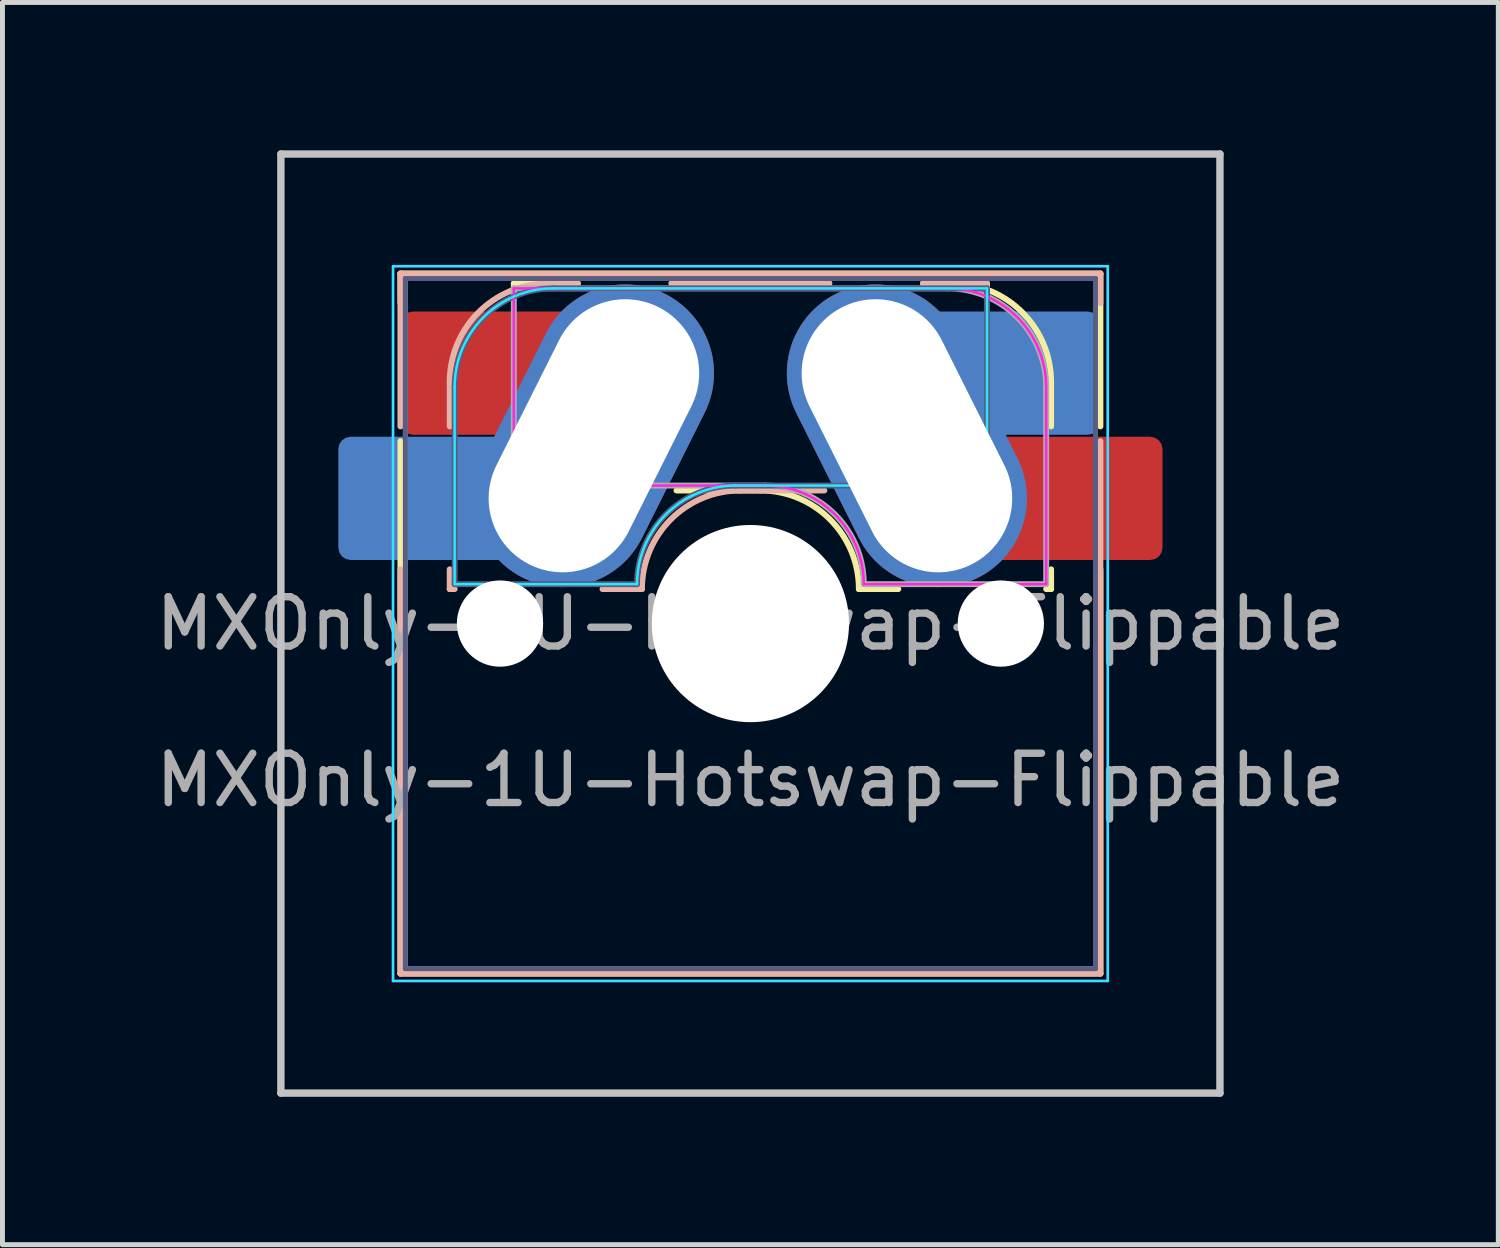
<source format=kicad_pcb>
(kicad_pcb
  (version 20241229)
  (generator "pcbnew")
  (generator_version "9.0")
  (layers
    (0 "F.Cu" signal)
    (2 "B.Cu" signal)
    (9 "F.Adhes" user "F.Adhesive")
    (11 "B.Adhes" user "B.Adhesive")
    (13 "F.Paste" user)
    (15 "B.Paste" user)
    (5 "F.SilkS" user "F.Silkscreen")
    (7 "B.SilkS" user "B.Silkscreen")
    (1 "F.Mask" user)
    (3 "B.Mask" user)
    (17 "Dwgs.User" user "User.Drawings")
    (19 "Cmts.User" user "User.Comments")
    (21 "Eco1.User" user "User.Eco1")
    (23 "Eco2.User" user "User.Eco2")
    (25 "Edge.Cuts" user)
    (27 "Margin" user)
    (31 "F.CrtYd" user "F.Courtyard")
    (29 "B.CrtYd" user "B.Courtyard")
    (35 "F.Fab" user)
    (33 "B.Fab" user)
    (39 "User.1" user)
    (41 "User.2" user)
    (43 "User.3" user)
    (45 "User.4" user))
  (footprint "MXOnly-1U-Hotswap-Flippable"
    (layer "F.Cu")
    (at 12.173 9.6)
    (property "Reference" "MXOnly-1U-Hotswap-Flippable" (at 0 3.175 0) (layer "F.Fab") (effects (font (size 1 1) (thickness 0.15))))
    (attr smd)
    (fp_line (start -7.1 -7.1) (end -7.1 -6.5) (stroke (width 0.12) (type solid)) (layer "F.SilkS"))
    (fp_line (start -7.1 -3.7) (end -7.1 7.1) (stroke (width 0.12) (type solid)) (layer "F.SilkS"))
    (fp_line (start -7.1 7.1) (end 7.1 7.1) (stroke (width 0.12) (type solid)) (layer "F.SilkS"))
    (fp_line (start -4.8 -6.9) (end -4.8 -6.6) (stroke (width 0.12) (type solid)) (layer "F.SilkS"))
    (fp_line (start -4.8 -6.9) (end -3.5 -6.9) (stroke (width 0.12) (type solid)) (layer "F.SilkS"))
    (fp_line (start 0.2 -2.7) (end -1.5 -2.7) (stroke (width 0.12) (type solid)) (layer "F.SilkS"))
    (fp_line (start 1.6 -6.9) (end -1.6 -6.9) (stroke (width 0.12) (type solid)) (layer "F.SilkS"))
    (fp_line (start 3 -0.7) (end 2.2 -0.7) (stroke (width 0.12) (type solid)) (layer "F.SilkS"))
    (fp_line (start 4.1 -6.9) (end 3.5 -6.9) (stroke (width 0.12) (type solid)) (layer "F.SilkS"))
    (fp_line (start 6 -0.7) (end 6.1 -0.7) (stroke (width 0.12) (type solid)) (layer "F.SilkS"))
    (fp_line (start 6.1 -4.9) (end 6.1 -4) (stroke (width 0.12) (type solid)) (layer "F.SilkS"))
    (fp_line (start 6.1 -1.1) (end 6.1 -0.7) (stroke (width 0.12) (type solid)) (layer "F.SilkS"))
    (fp_line (start 7.1 -7.1) (end -7.1 -7.1) (stroke (width 0.12) (type solid)) (layer "F.SilkS"))
    (fp_line (start 7.1 -4) (end 7.1 -7.1) (stroke (width 0.12) (type solid)) (layer "F.SilkS"))
    (fp_line (start 7.1 7.1) (end 7.1 -1.1) (stroke (width 0.12) (type solid)) (layer "F.SilkS"))
    (fp_arc (start 0.2 -2.7) (mid 1.614214 -2.114214) (end 2.2 -0.7) (stroke (width 0.12) (type solid)) (layer "F.SilkS"))
    (fp_arc (start 4.1 -6.9) (mid 5.514214 -6.314214) (end 6.1 -4.9) (stroke (width 0.12) (type solid)) (layer "F.SilkS"))
    (fp_line (start -7.1 -7.1) (end 7.1 -7.1) (stroke (width 0.12) (type solid)) (layer "B.SilkS"))
    (fp_line (start -7.1 -4) (end -7.1 -7.1) (stroke (width 0.12) (type solid)) (layer "B.SilkS"))
    (fp_line (start -7.1 7.1) (end -7.1 -1.1) (stroke (width 0.12) (type solid)) (layer "B.SilkS"))
    (fp_line (start -6.1 -4.9) (end -6.1 -4) (stroke (width 0.12) (type solid)) (layer "B.SilkS"))
    (fp_line (start -6.1 -1.1) (end -6.1 -0.7) (stroke (width 0.12) (type solid)) (layer "B.SilkS"))
    (fp_line (start -6 -0.7) (end -6.1 -0.7) (stroke (width 0.12) (type solid)) (layer "B.SilkS"))
    (fp_line (start -4.1 -6.9) (end -3.5 -6.9) (stroke (width 0.12) (type solid)) (layer "B.SilkS"))
    (fp_line (start -3 -0.7) (end -2.2 -0.7) (stroke (width 0.12) (type solid)) (layer "B.SilkS"))
    (fp_line (start -1.6 -6.9) (end 1.6 -6.9) (stroke (width 0.12) (type solid)) (layer "B.SilkS"))
    (fp_line (start -0.2 -2.7) (end 1.5 -2.7) (stroke (width 0.12) (type solid)) (layer "B.SilkS"))
    (fp_line (start 4.8 -6.9) (end 3.5 -6.9) (stroke (width 0.12) (type solid)) (layer "B.SilkS"))
    (fp_line (start 4.8 -6.9) (end 4.8 -6.6) (stroke (width 0.12) (type solid)) (layer "B.SilkS"))
    (fp_line (start 7.1 -7.1) (end 7.1 -6.5) (stroke (width 0.12) (type solid)) (layer "B.SilkS"))
    (fp_line (start 7.1 -3.7) (end 7.1 7.1) (stroke (width 0.12) (type solid)) (layer "B.SilkS"))
    (fp_line (start 7.1 7.1) (end -7.1 7.1) (stroke (width 0.12) (type solid)) (layer "B.SilkS"))
    (fp_arc (start -6.1 -4.9) (mid -5.514214 -6.314214) (end -4.1 -6.9) (stroke (width 0.12) (type solid)) (layer "B.SilkS"))
    (fp_arc (start -2.2 -0.7) (mid -1.614214 -2.114214) (end -0.2 -2.7) (stroke (width 0.12) (type solid)) (layer "B.SilkS"))
    (fp_line (start -9.525 -9.525) (end -9.525 9.525) (stroke (width 0.15) (type solid)) (layer "Dwgs.User"))
    (fp_line (start -9.525 9.525) (end 9.525 9.525) (stroke (width 0.15) (type solid)) (layer "Dwgs.User"))
    (fp_line (start 9.525 -9.525) (end -9.525 -9.525) (stroke (width 0.15) (type solid)) (layer "Dwgs.User"))
    (fp_line (start 9.525 9.525) (end 9.525 -9.525) (stroke (width 0.15) (type solid)) (layer "Dwgs.User"))
    (fp_line (start -7.8 -6) (end -7.8 -2.9) (stroke (width 0.1) (type solid)) (layer "Eco1.User"))
    (fp_line (start -7.8 -6) (end -7 -6) (stroke (width 0.1) (type solid)) (layer "Eco1.User"))
    (fp_line (start -7.8 -2.9) (end -7 -2.9) (stroke (width 0.1) (type solid)) (layer "Eco1.User"))
    (fp_line (start -7.8 2.9) (end -7 2.9) (stroke (width 0.1) (type solid)) (layer "Eco1.User"))
    (fp_line (start -7.8 6) (end -7.8 2.9) (stroke (width 0.1) (type solid)) (layer "Eco1.User"))
    (fp_line (start -7 -7) (end 7 -7) (stroke (width 0.1) (type solid)) (layer "Eco1.User"))
    (fp_line (start -7 -6) (end -7 -7) (stroke (width 0.1) (type solid)) (layer "Eco1.User"))
    (fp_line (start -7 -2.9) (end -7.8 -2.9) (stroke (width 0.1) (type solid)) (layer "Eco1.User"))
    (fp_line (start -7 2.9) (end -7 -2.9) (stroke (width 0.1) (type solid)) (layer "Eco1.User"))
    (fp_line (start -7 6) (end -7.8 6) (stroke (width 0.1) (type solid)) (layer "Eco1.User"))
    (fp_line (start -7 7) (end -7 6) (stroke (width 0.1) (type solid)) (layer "Eco1.User"))
    (fp_line (start 7 -7) (end 7 -6) (stroke (width 0.1) (type solid)) (layer "Eco1.User"))
    (fp_line (start 7 -6) (end 7.8 -6) (stroke (width 0.1) (type solid)) (layer "Eco1.User"))
    (fp_line (start 7 -2.9) (end 7 2.9) (stroke (width 0.1) (type solid)) (layer "Eco1.User"))
    (fp_line (start 7 2.9) (end 7.8 2.9) (stroke (width 0.1) (type solid)) (layer "Eco1.User"))
    (fp_line (start 7 6) (end 7 7) (stroke (width 0.1) (type solid)) (layer "Eco1.User"))
    (fp_line (start 7 7) (end -7 7) (stroke (width 0.1) (type solid)) (layer "Eco1.User"))
    (fp_line (start 7.8 -6) (end 7.8 -2.9) (stroke (width 0.1) (type solid)) (layer "Eco1.User"))
    (fp_line (start 7.8 -2.9) (end 7 -2.9) (stroke (width 0.1) (type solid)) (layer "Eco1.User"))
    (fp_line (start 7.8 2.9) (end 7.8 6) (stroke (width 0.1) (type solid)) (layer "Eco1.User"))
    (fp_line (start 7.8 6) (end 7 6) (stroke (width 0.1) (type solid)) (layer "Eco1.User"))
    (fp_line (start -7.25 -7.25) (end 7.25 -7.25) (stroke (width 0.05) (type solid)) (layer "B.CrtYd"))
    (fp_line (start -7.25 7.25) (end -7.25 -7.25) (stroke (width 0.05) (type solid)) (layer "B.CrtYd"))
    (fp_line (start -6 -0.8) (end -6 -4.8) (stroke (width 0.05) (type solid)) (layer "B.CrtYd"))
    (fp_line (start -6 -0.8) (end -2.3 -0.8) (stroke (width 0.05) (type solid)) (layer "B.CrtYd"))
    (fp_line (start -4 -6.8) (end 4.8 -6.8) (stroke (width 0.05) (type solid)) (layer "B.CrtYd"))
    (fp_line (start -0.3 -2.8) (end 4.8 -2.8) (stroke (width 0.05) (type solid)) (layer "B.CrtYd"))
    (fp_line (start 4.8 -6.8) (end 4.8 -2.8) (stroke (width 0.05) (type solid)) (layer "B.CrtYd"))
    (fp_line (start 7.25 -7.25) (end 7.25 7.25) (stroke (width 0.05) (type solid)) (layer "B.CrtYd"))
    (fp_line (start 7.25 7.25) (end -7.25 7.25) (stroke (width 0.05) (type solid)) (layer "B.CrtYd"))
    (fp_arc (start -6 -4.8) (mid -5.414214 -6.214214) (end -4 -6.8) (stroke (width 0.05) (type solid)) (layer "B.CrtYd"))
    (fp_arc (start -2.3 -0.8) (mid -1.714214 -2.214214) (end -0.3 -2.8) (stroke (width 0.05) (type solid)) (layer "B.CrtYd"))
    (fp_line (start -7.25 -7.25) (end -7.25 7.25) (stroke (width 0.05) (type solid)) (layer "F.CrtYd"))
    (fp_line (start -7.25 7.25) (end 7.25 7.25) (stroke (width 0.05) (type solid)) (layer "F.CrtYd"))
    (fp_line (start -4.8 -6.8) (end -4.8 -2.8) (stroke (width 0.05) (type solid)) (layer "F.CrtYd"))
    (fp_line (start 0.3 -2.8) (end -4.8 -2.8) (stroke (width 0.05) (type solid)) (layer "F.CrtYd"))
    (fp_line (start 4 -6.8) (end -4.8 -6.8) (stroke (width 0.05) (type solid)) (layer "F.CrtYd"))
    (fp_line (start 6 -0.8) (end 2.3 -0.8) (stroke (width 0.05) (type solid)) (layer "F.CrtYd"))
    (fp_line (start 6 -0.8) (end 6 -4.8) (stroke (width 0.05) (type solid)) (layer "F.CrtYd"))
    (fp_line (start 7.25 -7.25) (end -7.25 -7.25) (stroke (width 0.05) (type solid)) (layer "F.CrtYd"))
    (fp_line (start 7.25 7.25) (end 7.25 -7.25) (stroke (width 0.05) (type solid)) (layer "F.CrtYd"))
    (fp_arc (start 0.3 -2.8) (mid 1.714214 -2.214214) (end 2.3 -0.8) (stroke (width 0.05) (type solid)) (layer "F.CrtYd"))
    (fp_arc (start 4 -6.8) (mid 5.414214 -6.214214) (end 6 -4.8) (stroke (width 0.05) (type solid)) (layer "F.CrtYd"))
    (fp_line (start -7 -7) (end 7 -7) (stroke (width 0.1) (type solid)) (layer "B.Fab"))
    (fp_line (start -7 7) (end -7 -7) (stroke (width 0.1) (type solid)) (layer "B.Fab"))
    (fp_line (start -6 -0.8) (end -6 -4.8) (stroke (width 0.12) (type solid)) (layer "B.Fab"))
    (fp_line (start -6 -0.8) (end -2.3 -0.8) (stroke (width 0.12) (type solid)) (layer "B.Fab"))
    (fp_line (start -4 -6.8) (end 4.8 -6.8) (stroke (width 0.12) (type solid)) (layer "B.Fab"))
    (fp_line (start -0.3 -2.8) (end 4.8 -2.8) (stroke (width 0.12) (type solid)) (layer "B.Fab"))
    (fp_line (start 4.8 -6.8) (end 4.8 -2.8) (stroke (width 0.12) (type solid)) (layer "B.Fab"))
    (fp_line (start 7 -7) (end 7 7) (stroke (width 0.1) (type solid)) (layer "B.Fab"))
    (fp_line (start 7 7) (end -7 7) (stroke (width 0.1) (type solid)) (layer "B.Fab"))
    (fp_arc (start -6 -4.8) (mid -5.414214 -6.214214) (end -4 -6.8) (stroke (width 0.12) (type solid)) (layer "B.Fab"))
    (fp_arc (start -2.3 -0.8) (mid -1.714214 -2.214214) (end -0.3 -2.8) (stroke (width 0.12) (type solid)) (layer "B.Fab"))
    (fp_line (start -7 -7) (end -7 7) (stroke (width 0.1) (type solid)) (layer "F.Fab"))
    (fp_line (start -7 7) (end 7 7) (stroke (width 0.1) (type solid)) (layer "F.Fab"))
    (fp_line (start -4.8 -6.8) (end -4.8 -2.8) (stroke (width 0.12) (type solid)) (layer "F.Fab"))
    (fp_line (start 0.3 -2.8) (end -4.8 -2.8) (stroke (width 0.12) (type solid)) (layer "F.Fab"))
    (fp_line (start 4 -6.8) (end -4.8 -6.8) (stroke (width 0.12) (type solid)) (layer "F.Fab"))
    (fp_line (start 6 -0.8) (end 2.3 -0.8) (stroke (width 0.12) (type solid)) (layer "F.Fab"))
    (fp_line (start 6 -0.8) (end 6 -4.8) (stroke (width 0.12) (type solid)) (layer "F.Fab"))
    (fp_line (start 7 -7) (end -7 -7) (stroke (width 0.1) (type solid)) (layer "F.Fab"))
    (fp_line (start 7 7) (end 7 -7) (stroke (width 0.1) (type solid)) (layer "F.Fab"))
    (fp_arc (start 0.3 -2.8) (mid 1.714214 -2.214214) (end 2.3 -0.8) (stroke (width 0.12) (type solid)) (layer "F.Fab"))
    (fp_arc (start 4 -6.8) (mid 5.414214 -6.214214) (end 6 -4.8) (stroke (width 0.12) (type solid)) (layer "F.Fab"))
    (fp_text user "${REFERENCE}" (at 0 0 0) (layer "F.Fab") (effects (font (size 1 1) (thickness 0.15))))
    (pad "" np_thru_hole circle (at -5.08 0) (size 1.75 1.75) (drill 1.75) (layers "*.Cu" "*.Mask"))
    (pad "" np_thru_hole circle (at 0 0) (size 4 4) (drill 4) (layers "*.Cu" "*.Mask"))
    (pad "" np_thru_hole circle (at 5.08 0) (size 1.75 1.75) (drill 1.75) (layers "*.Cu" "*.Mask"))
    (pad "1" thru_hole oval (at 3.175 -3.81 296.6) (size 6.44 3.6) (drill oval 5.84 3) (layers "*.Cu" "*.Mask"))
    (pad "1" smd roundrect (at 5.32 -5.08) (size 3.55 2.5) (layers "B.Cu" "B.Mask") (roundrect_rratio 0.1))
    (pad "1" smd roundrect (at 6.585 -2.54) (size 3.55 2.5) (layers "F.Cu" "F.Mask") (roundrect_rratio 0.1))
    (pad "2" smd roundrect (at -6.585 -2.54) (size 3.55 2.5) (layers "B.Cu" "B.Mask") (roundrect_rratio 0.1))
    (pad "2" smd roundrect (at -5.32 -5.08) (size 3.55 2.5) (layers "F.Cu" "F.Mask") (roundrect_rratio 0.1))
    (pad "2" thru_hole oval (at -3.175 -3.81 63.4) (size 6.44 3.6) (drill oval 5.84 3) (layers "*.Cu" "*.Mask")))
  (gr_rect
    (start -3 -3)
    (end 27.345 22.2)
    (stroke (width 0.1) (type default))
    (fill no)
    (layer "Edge.Cuts")))
</source>
